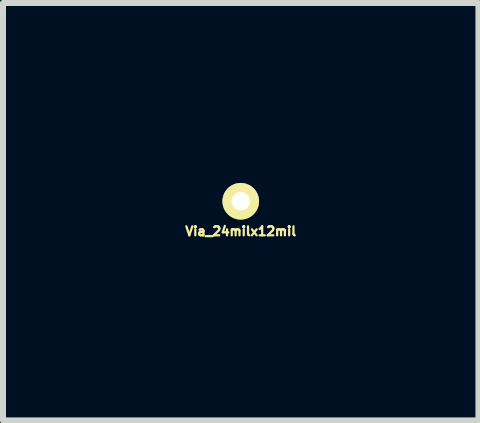
<source format=kicad_pcb>
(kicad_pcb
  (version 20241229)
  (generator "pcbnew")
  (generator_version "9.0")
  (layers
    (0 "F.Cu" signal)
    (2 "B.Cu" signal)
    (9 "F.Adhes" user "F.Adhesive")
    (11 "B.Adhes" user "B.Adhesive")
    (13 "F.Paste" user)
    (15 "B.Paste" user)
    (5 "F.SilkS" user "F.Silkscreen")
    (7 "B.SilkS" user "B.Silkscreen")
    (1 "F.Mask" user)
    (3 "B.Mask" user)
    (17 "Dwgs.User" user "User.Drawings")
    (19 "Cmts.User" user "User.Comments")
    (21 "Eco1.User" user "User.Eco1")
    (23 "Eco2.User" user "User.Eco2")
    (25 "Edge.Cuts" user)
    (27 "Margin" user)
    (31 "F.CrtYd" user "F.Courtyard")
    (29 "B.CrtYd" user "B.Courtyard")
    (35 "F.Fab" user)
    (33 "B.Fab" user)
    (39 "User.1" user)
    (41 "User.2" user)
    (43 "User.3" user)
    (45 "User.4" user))
  (footprint "Via_24milx12mil"
    (layer "F.Cu")
    (at 0.963 0.405)
    (property "Reference" "Via_24milx12mil" (at 0 0.4 0) (layer "F.SilkS") (effects (font (size 0.15 0.15) (thickness 0.037))))
    (attr through_hole)
    (pad "1" thru_hole circle (at 0 -0.1) (size 0.61 0.61) (drill 0.305) (layers "*.Cu" "*.Mask" "F.SilkS")))
  (gr_rect
    (start -3 -3)
    (end 4.925 3.958)
    (stroke (width 0.1) (type default))
    (fill no)
    (layer "Edge.Cuts")))
</source>
